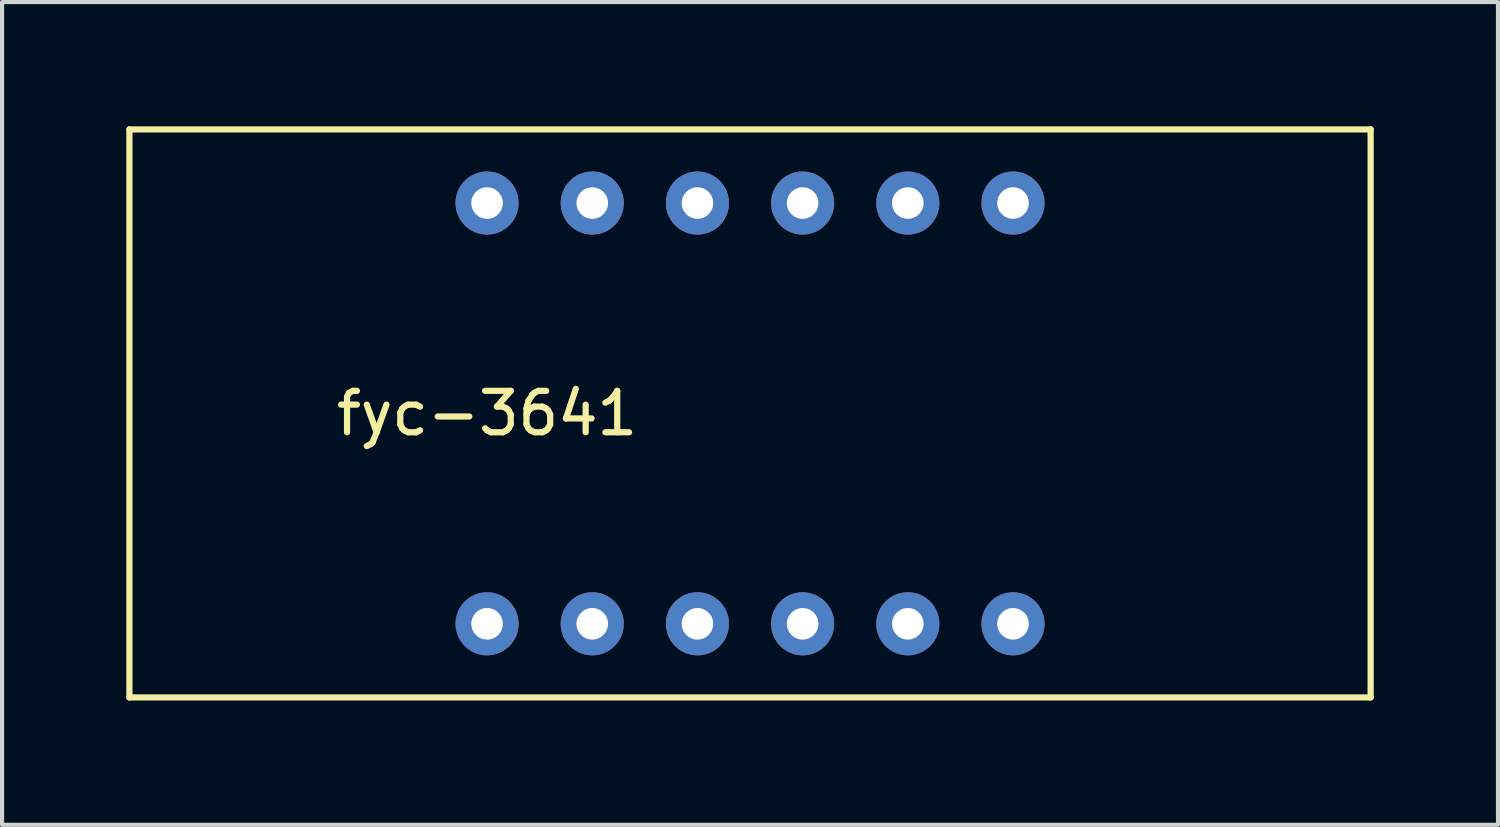
<source format=kicad_pcb>
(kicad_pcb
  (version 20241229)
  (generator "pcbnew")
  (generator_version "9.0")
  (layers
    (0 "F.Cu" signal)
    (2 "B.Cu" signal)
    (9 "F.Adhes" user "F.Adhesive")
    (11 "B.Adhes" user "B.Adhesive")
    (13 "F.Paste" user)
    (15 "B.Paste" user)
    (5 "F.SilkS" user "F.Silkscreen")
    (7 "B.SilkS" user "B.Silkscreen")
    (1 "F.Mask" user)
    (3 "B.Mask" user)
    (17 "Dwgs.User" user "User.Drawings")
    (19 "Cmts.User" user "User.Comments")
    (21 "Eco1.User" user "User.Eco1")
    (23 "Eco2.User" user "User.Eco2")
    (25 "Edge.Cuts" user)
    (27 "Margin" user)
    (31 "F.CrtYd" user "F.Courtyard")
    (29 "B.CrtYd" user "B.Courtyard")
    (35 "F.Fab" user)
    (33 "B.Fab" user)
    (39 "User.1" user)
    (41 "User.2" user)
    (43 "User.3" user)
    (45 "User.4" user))
  (footprint "fyc-3641"
    (layer "F.Cu")
    (at 15.061 12.013)
    (property "Reference" "fyc-3641" (at -6.35 -5.08 0) (layer "F.SilkS") (effects (font (size 1 1) (thickness 0.15))))
    (attr through_hole)
    (fp_line (start -14.986 -11.938) (end 14.986 -11.938) (stroke (width 0.15) (type solid)) (layer "F.SilkS"))
    (fp_line (start -14.986 1.778) (end -14.986 -11.938) (stroke (width 0.15) (type solid)) (layer "F.SilkS"))
    (fp_line (start 14.986 -11.938) (end 14.986 1.778) (stroke (width 0.15) (type solid)) (layer "F.SilkS"))
    (fp_line (start 14.986 1.778) (end -14.986 1.778) (stroke (width 0.15) (type solid)) (layer "F.SilkS"))
    (pad "1" thru_hole circle (at -6.35 0) (size 1.524 1.524) (drill 0.762) (layers "*.Cu" "*.Mask"))
    (pad "2" thru_hole circle (at -3.81 0) (size 1.524 1.524) (drill 0.762) (layers "*.Cu" "*.Mask"))
    (pad "3" thru_hole circle (at -1.27 0) (size 1.524 1.524) (drill 0.762) (layers "*.Cu" "*.Mask"))
    (pad "4" thru_hole circle (at 1.27 0) (size 1.524 1.524) (drill 0.762) (layers "*.Cu" "*.Mask"))
    (pad "5" thru_hole circle (at 3.81 0) (size 1.524 1.524) (drill 0.762) (layers "*.Cu" "*.Mask"))
    (pad "6" thru_hole circle (at 6.35 0) (size 1.524 1.524) (drill 0.762) (layers "*.Cu" "*.Mask"))
    (pad "7" thru_hole circle (at -6.35 -10.16) (size 1.524 1.524) (drill 0.762) (layers "*.Cu" "*.Mask"))
    (pad "8" thru_hole circle (at -3.81 -10.16) (size 1.524 1.524) (drill 0.762) (layers "*.Cu" "*.Mask"))
    (pad "9" thru_hole circle (at -1.27 -10.16) (size 1.524 1.524) (drill 0.762) (layers "*.Cu" "*.Mask"))
    (pad "10" thru_hole circle (at 1.27 -10.16) (size 1.524 1.524) (drill 0.762) (layers "*.Cu" "*.Mask"))
    (pad "11" thru_hole circle (at 3.81 -10.16) (size 1.524 1.524) (drill 0.762) (layers "*.Cu" "*.Mask"))
    (pad "12" thru_hole circle (at 6.35 -10.16) (size 1.524 1.524) (drill 0.762) (layers "*.Cu" "*.Mask")))
  (gr_rect
    (start -3 -3)
    (end 33.122 16.866)
    (stroke (width 0.1) (type default))
    (fill no)
    (layer "Edge.Cuts")))
</source>
